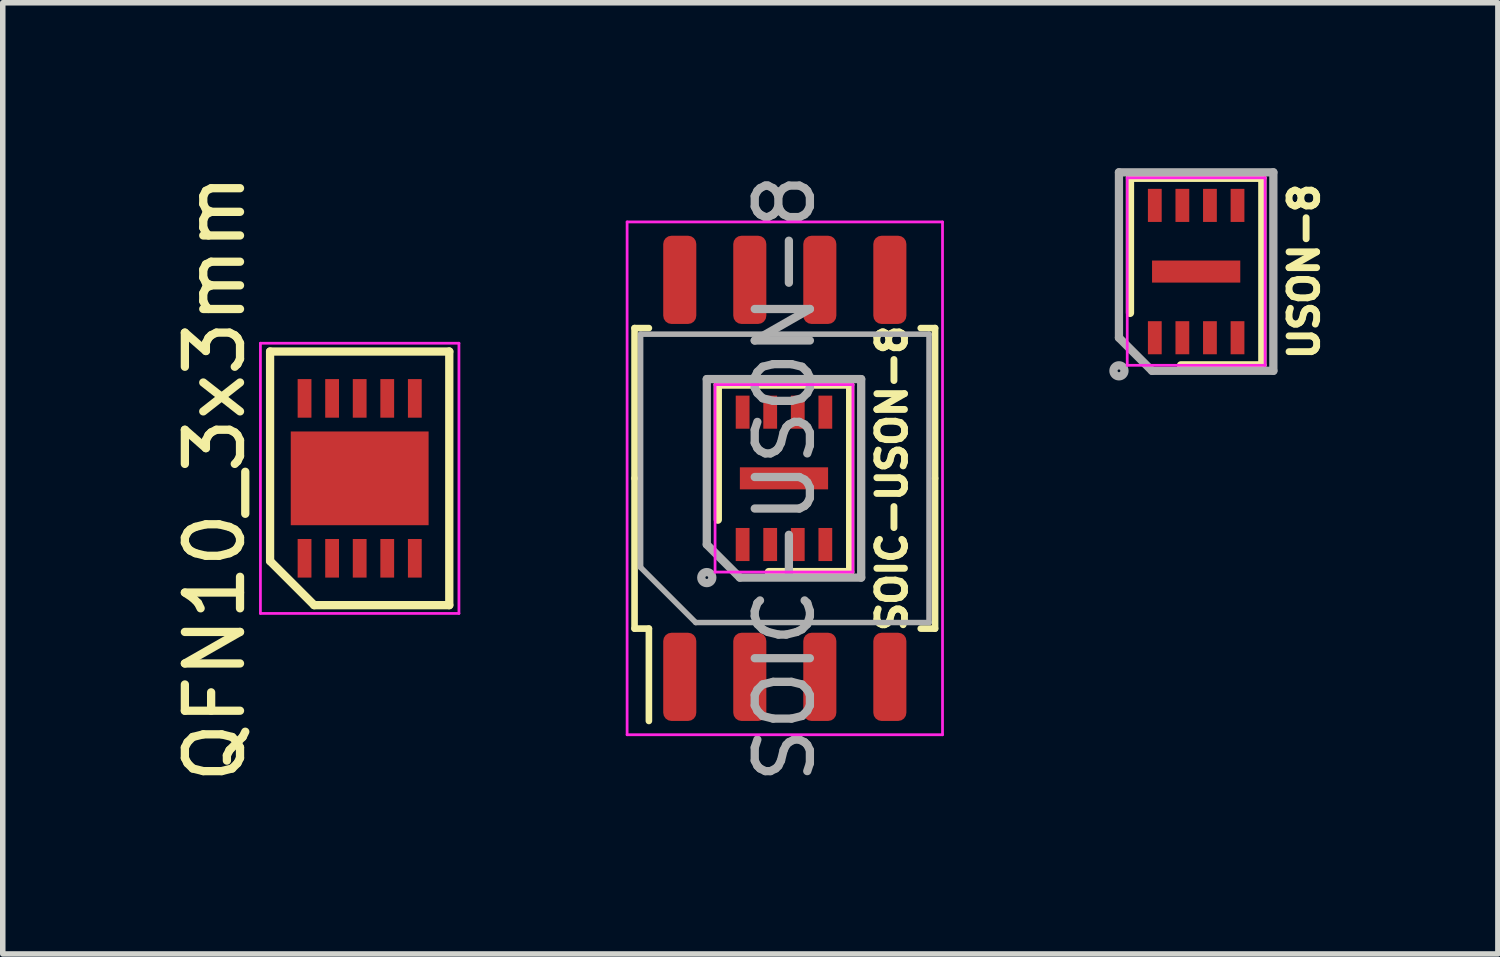
<source format=kicad_pcb>
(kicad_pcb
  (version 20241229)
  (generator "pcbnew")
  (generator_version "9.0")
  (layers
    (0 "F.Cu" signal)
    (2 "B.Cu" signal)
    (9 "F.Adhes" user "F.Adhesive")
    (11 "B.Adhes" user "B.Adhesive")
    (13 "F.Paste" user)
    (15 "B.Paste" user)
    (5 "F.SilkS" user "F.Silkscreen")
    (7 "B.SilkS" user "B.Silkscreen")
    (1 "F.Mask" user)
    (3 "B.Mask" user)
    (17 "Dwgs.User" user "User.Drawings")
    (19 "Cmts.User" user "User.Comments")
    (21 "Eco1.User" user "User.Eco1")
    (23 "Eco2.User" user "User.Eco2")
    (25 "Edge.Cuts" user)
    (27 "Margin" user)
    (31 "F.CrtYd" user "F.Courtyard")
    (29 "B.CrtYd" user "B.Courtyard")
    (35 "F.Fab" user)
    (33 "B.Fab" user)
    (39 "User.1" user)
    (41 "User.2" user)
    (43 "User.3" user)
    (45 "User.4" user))
  (footprint "QFN10_3x3mm"
    (layer "F.Cu")
    (at 3.473 5.625)
    (property "Reference" "QFN10_3x3mm" (at -2.625 0 90) (layer "F.SilkS") (effects (font (size 1 1) (thickness 0.15))))
    (attr smd)
    (fp_line (start -1.625 -2.3) (end 1.625 -2.3) (stroke (width 0.15) (type solid)) (layer "F.SilkS"))
    (fp_line (start -1.625 1.5) (end -1.625 -2.3) (stroke (width 0.15) (type solid)) (layer "F.SilkS"))
    (fp_line (start -0.825 2.3) (end -1.625 1.5) (stroke (width 0.15) (type solid)) (layer "F.SilkS"))
    (fp_line (start 1.625 -2.3) (end 1.625 2.3) (stroke (width 0.15) (type solid)) (layer "F.SilkS"))
    (fp_line (start 1.625 2.3) (end -0.825 2.3) (stroke (width 0.15) (type solid)) (layer "F.SilkS"))
    (fp_line (start -1.8 -2.45) (end 1.8 -2.45) (stroke (width 0.05) (type solid)) (layer "F.CrtYd"))
    (fp_line (start -1.8 2.45) (end -1.8 -2.45) (stroke (width 0.05) (type solid)) (layer "F.CrtYd"))
    (fp_line (start 1.8 -2.45) (end 1.8 2.45) (stroke (width 0.05) (type solid)) (layer "F.CrtYd"))
    (fp_line (start 1.8 2.45) (end -1.8 2.45) (stroke (width 0.05) (type solid)) (layer "F.CrtYd"))
    (pad "1" smd rect (at -1 1.45) (size 0.25 0.7) (layers "F.Cu" "F.Mask" "F.Paste"))
    (pad "2" smd rect (at -0.5 1.45) (size 0.25 0.7) (layers "F.Cu" "F.Mask" "F.Paste"))
    (pad "3" smd rect (at 0 1.45) (size 0.25 0.7) (layers "F.Cu" "F.Mask" "F.Paste"))
    (pad "4" smd rect (at 0.5 1.45) (size 0.25 0.7) (layers "F.Cu" "F.Mask" "F.Paste"))
    (pad "5" smd rect (at 1 1.45) (size 0.25 0.7) (layers "F.Cu" "F.Mask" "F.Paste"))
    (pad "6" smd rect (at 1 -1.45) (size 0.25 0.7) (layers "F.Cu" "F.Mask" "F.Paste"))
    (pad "7" smd rect (at 0.5 -1.45) (size 0.25 0.7) (layers "F.Cu" "F.Mask" "F.Paste"))
    (pad "8" smd rect (at 0 -1.45) (size 0.25 0.7) (layers "F.Cu" "F.Mask" "F.Paste"))
    (pad "9" smd rect (at -0.5 -1.45) (size 0.25 0.7) (layers "F.Cu" "F.Mask" "F.Paste"))
    (pad "10" smd rect (at -1 -1.45) (size 0.25 0.7) (layers "F.Cu" "F.Mask" "F.Paste"))
    (pad "11" smd rect (at 0 0) (size 2.5 1.7) (layers "F.Cu" "F.Mask" "F.Paste")))
  (footprint "USON-8"
    (layer "F.Cu")
    (at 18.643 1.875)
    (property "Reference" "USON-8" (at 1.96 0 90) (layer "F.SilkS") (effects (font (size 0.5 0.5) (thickness 0.125))))
    (attr smd)
    (fp_line (start -1.2 -1.7) (end 1.2 -1.7) (stroke (width 0.15) (type solid)) (layer "F.SilkS"))
    (fp_line (start -1.2 0.75) (end -1.2 -1.7) (stroke (width 0.15) (type solid)) (layer "F.SilkS"))
    (fp_line (start 1.2 -1.7) (end 1.2 1.7) (stroke (width 0.15) (type solid)) (layer "F.SilkS"))
    (fp_line (start 1.2 1.7) (end -0.275 1.7) (stroke (width 0.15) (type solid)) (layer "F.SilkS"))
    (fp_line (start -1.25 -1.7) (end 1.25 -1.7) (stroke (width 0.05) (type solid)) (layer "F.CrtYd"))
    (fp_line (start -1.25 1.7) (end -1.25 -1.7) (stroke (width 0.05) (type solid)) (layer "F.CrtYd"))
    (fp_line (start 1.25 -1.7) (end 1.25 1.7) (stroke (width 0.05) (type solid)) (layer "F.CrtYd"))
    (fp_line (start 1.25 1.7) (end -1.25 1.7) (stroke (width 0.05) (type solid)) (layer "F.CrtYd"))
    (fp_line (start -1.4 -1.8) (end -1.4 1.2) (stroke (width 0.15) (type solid)) (layer "F.Fab"))
    (fp_line (start -1.4 -1.8) (end 1.4 -1.8) (stroke (width 0.15) (type solid)) (layer "F.Fab"))
    (fp_line (start -1.4 1.2) (end -0.8 1.8) (stroke (width 0.15) (type solid)) (layer "F.Fab"))
    (fp_line (start -0.8 1.8) (end 1.4 1.8) (stroke (width 0.15) (type solid)) (layer "F.Fab"))
    (fp_line (start 1.4 1.8) (end 1.4 -1.8) (stroke (width 0.15) (type solid)) (layer "F.Fab"))
    (fp_circle (center -1.4 1.8) (end -1.3 1.8) (stroke (width 0.15) (type solid)) (fill no) (layer "F.Fab"))
    (pad "1" smd rect (at -0.75 1.2) (size 0.25 0.6) (layers "F.Cu" "F.Mask" "F.Paste"))
    (pad "2" smd rect (at -0.25 1.2) (size 0.25 0.6) (layers "F.Cu" "F.Mask" "F.Paste"))
    (pad "3" smd rect (at 0.25 1.2) (size 0.25 0.6) (layers "F.Cu" "F.Mask" "F.Paste"))
    (pad "4" smd rect (at 0.75 1.2) (size 0.25 0.6) (layers "F.Cu" "F.Mask" "F.Paste"))
    (pad "5" smd rect (at 0.75 -1.2) (size 0.25 0.6) (layers "F.Cu" "F.Mask" "F.Paste"))
    (pad "6" smd rect (at 0.25 -1.2) (size 0.25 0.6) (layers "F.Cu" "F.Mask" "F.Paste"))
    (pad "7" smd rect (at -0.25 -1.2) (size 0.25 0.6) (layers "F.Cu" "F.Mask" "F.Paste"))
    (pad "8" smd rect (at -0.75 -1.2) (size 0.25 0.6) (layers "F.Cu" "F.Mask" "F.Paste"))
    (pad "9" smd rect (at 0 0) (size 1.6 0.4) (layers "F.Cu" "F.Mask" "F.Paste")))
  (footprint "SOIC-USON-8"
    (layer "F.Cu")
    (at 11.168 5.625)
    (property "Reference" "SOIC-USON-8" (at 1.96 0 90) (layer "F.SilkS") (effects (font (size 0.5 0.5) (thickness 0.125))))
    (attr smd)
    (fp_line (start -2.71 -2.725) (end -2.45 -2.725) (stroke (width 0.12) (type solid)) (layer "F.SilkS"))
    (fp_line (start -2.71 0) (end -2.71 -2.725) (stroke (width 0.12) (type solid)) (layer "F.SilkS"))
    (fp_line (start -2.71 0) (end -2.71 2.725) (stroke (width 0.12) (type solid)) (layer "F.SilkS"))
    (fp_line (start -2.71 2.725) (end -2.45 2.725) (stroke (width 0.12) (type solid)) (layer "F.SilkS"))
    (fp_line (start -2.45 2.725) (end -2.45 4.4) (stroke (width 0.12) (type solid)) (layer "F.SilkS"))
    (fp_line (start -1.2 -1.7) (end 1.2 -1.7) (stroke (width 0.15) (type solid)) (layer "F.SilkS"))
    (fp_line (start -1.2 0.75) (end -1.2 -1.7) (stroke (width 0.15) (type solid)) (layer "F.SilkS"))
    (fp_line (start 1.2 -1.7) (end 1.2 1.7) (stroke (width 0.15) (type solid)) (layer "F.SilkS"))
    (fp_line (start 1.2 1.7) (end -0.275 1.7) (stroke (width 0.15) (type solid)) (layer "F.SilkS"))
    (fp_line (start 2.74 -2.725) (end 2.48 -2.725) (stroke (width 0.12) (type solid)) (layer "F.SilkS"))
    (fp_line (start 2.74 0) (end 2.74 -2.725) (stroke (width 0.12) (type solid)) (layer "F.SilkS"))
    (fp_line (start 2.74 0) (end 2.74 2.725) (stroke (width 0.12) (type solid)) (layer "F.SilkS"))
    (fp_line (start 2.74 2.725) (end 2.48 2.725) (stroke (width 0.12) (type solid)) (layer "F.SilkS"))
    (fp_line (start -2.845 -4.65) (end -2.845 4.65) (stroke (width 0.05) (type solid)) (layer "F.CrtYd"))
    (fp_line (start -2.845 4.65) (end 2.875 4.65) (stroke (width 0.05) (type solid)) (layer "F.CrtYd"))
    (fp_line (start -1.25 -1.7) (end 1.25 -1.7) (stroke (width 0.05) (type solid)) (layer "F.CrtYd"))
    (fp_line (start -1.25 1.7) (end -1.25 -1.7) (stroke (width 0.05) (type solid)) (layer "F.CrtYd"))
    (fp_line (start 1.25 -1.7) (end 1.25 1.7) (stroke (width 0.05) (type solid)) (layer "F.CrtYd"))
    (fp_line (start 1.25 1.7) (end -1.25 1.7) (stroke (width 0.05) (type solid)) (layer "F.CrtYd"))
    (fp_line (start 2.875 -4.65) (end -2.845 -4.65) (stroke (width 0.05) (type solid)) (layer "F.CrtYd"))
    (fp_line (start 2.875 4.65) (end 2.875 -4.65) (stroke (width 0.05) (type solid)) (layer "F.CrtYd"))
    (fp_line (start -2.6 -2.615) (end 2.63 -2.615) (stroke (width 0.1) (type solid)) (layer "F.Fab"))
    (fp_line (start -2.6 1.615) (end -2.6 -2.615) (stroke (width 0.1) (type solid)) (layer "F.Fab"))
    (fp_line (start -1.6 2.615) (end -2.6 1.615) (stroke (width 0.1) (type solid)) (layer "F.Fab"))
    (fp_line (start -1.4 -1.8) (end -1.4 1.2) (stroke (width 0.15) (type solid)) (layer "F.Fab"))
    (fp_line (start -1.4 -1.8) (end 1.4 -1.8) (stroke (width 0.15) (type solid)) (layer "F.Fab"))
    (fp_line (start -1.4 1.2) (end -0.8 1.8) (stroke (width 0.15) (type solid)) (layer "F.Fab"))
    (fp_line (start -0.8 1.8) (end 1.4 1.8) (stroke (width 0.15) (type solid)) (layer "F.Fab"))
    (fp_line (start 1.4 1.8) (end 1.4 -1.8) (stroke (width 0.15) (type solid)) (layer "F.Fab"))
    (fp_line (start 2.63 -2.615) (end 2.63 2.615) (stroke (width 0.1) (type solid)) (layer "F.Fab"))
    (fp_line (start 2.63 2.615) (end -1.6 2.615) (stroke (width 0.1) (type solid)) (layer "F.Fab"))
    (fp_circle (center -1.4 1.8) (end -1.3 1.8) (stroke (width 0.15) (type solid)) (fill no) (layer "F.Fab"))
    (fp_text user "${REFERENCE}" (at 0.015 0 90) (layer "F.Fab") (effects (font (size 1 1) (thickness 0.15))))
    (pad "1" smd roundrect (at -1.89 3.6 90) (size 1.6 0.6) (layers "F.Cu" "F.Mask" "F.Paste") (roundrect_rratio 0.25))
    (pad "1" smd rect (at -0.75 1.2) (size 0.25 0.6) (layers "F.Cu" "F.Mask" "F.Paste"))
    (pad "2" smd roundrect (at -0.62 3.6 90) (size 1.6 0.6) (layers "F.Cu" "F.Mask" "F.Paste") (roundrect_rratio 0.25))
    (pad "2" smd rect (at -0.25 1.2) (size 0.25 0.6) (layers "F.Cu" "F.Mask" "F.Paste"))
    (pad "3" smd rect (at 0.25 1.2) (size 0.25 0.6) (layers "F.Cu" "F.Mask" "F.Paste"))
    (pad "3" smd roundrect (at 0.65 3.6 90) (size 1.6 0.6) (layers "F.Cu" "F.Mask" "F.Paste") (roundrect_rratio 0.25))
    (pad "4" smd rect (at 0.75 1.2) (size 0.25 0.6) (layers "F.Cu" "F.Mask" "F.Paste"))
    (pad "4" smd roundrect (at 1.92 3.6 90) (size 1.6 0.6) (layers "F.Cu" "F.Mask" "F.Paste") (roundrect_rratio 0.25))
    (pad "5" smd rect (at 0.75 -1.2) (size 0.25 0.6) (layers "F.Cu" "F.Mask" "F.Paste"))
    (pad "5" smd roundrect (at 1.92 -3.6 90) (size 1.6 0.6) (layers "F.Cu" "F.Mask" "F.Paste") (roundrect_rratio 0.25))
    (pad "6" smd rect (at 0.25 -1.2) (size 0.25 0.6) (layers "F.Cu" "F.Mask" "F.Paste"))
    (pad "6" smd roundrect (at 0.65 -3.6 90) (size 1.6 0.6) (layers "F.Cu" "F.Mask" "F.Paste") (roundrect_rratio 0.25))
    (pad "7" smd roundrect (at -0.62 -3.6 90) (size 1.6 0.6) (layers "F.Cu" "F.Mask" "F.Paste") (roundrect_rratio 0.25))
    (pad "7" smd rect (at -0.25 -1.2) (size 0.25 0.6) (layers "F.Cu" "F.Mask" "F.Paste"))
    (pad "8" smd roundrect (at -1.89 -3.6 90) (size 1.6 0.6) (layers "F.Cu" "F.Mask" "F.Paste") (roundrect_rratio 0.25))
    (pad "8" smd rect (at -0.75 -1.2) (size 0.25 0.6) (layers "F.Cu" "F.Mask" "F.Paste"))
    (pad "9" smd rect (at 0 0) (size 1.6 0.4) (layers "F.Cu" "F.Mask" "F.Paste")))
  (gr_rect
    (start -3 -3)
    (end 24.115 14.25)
    (stroke (width 0.1) (type default))
    (fill no)
    (layer "Edge.Cuts")))
</source>
